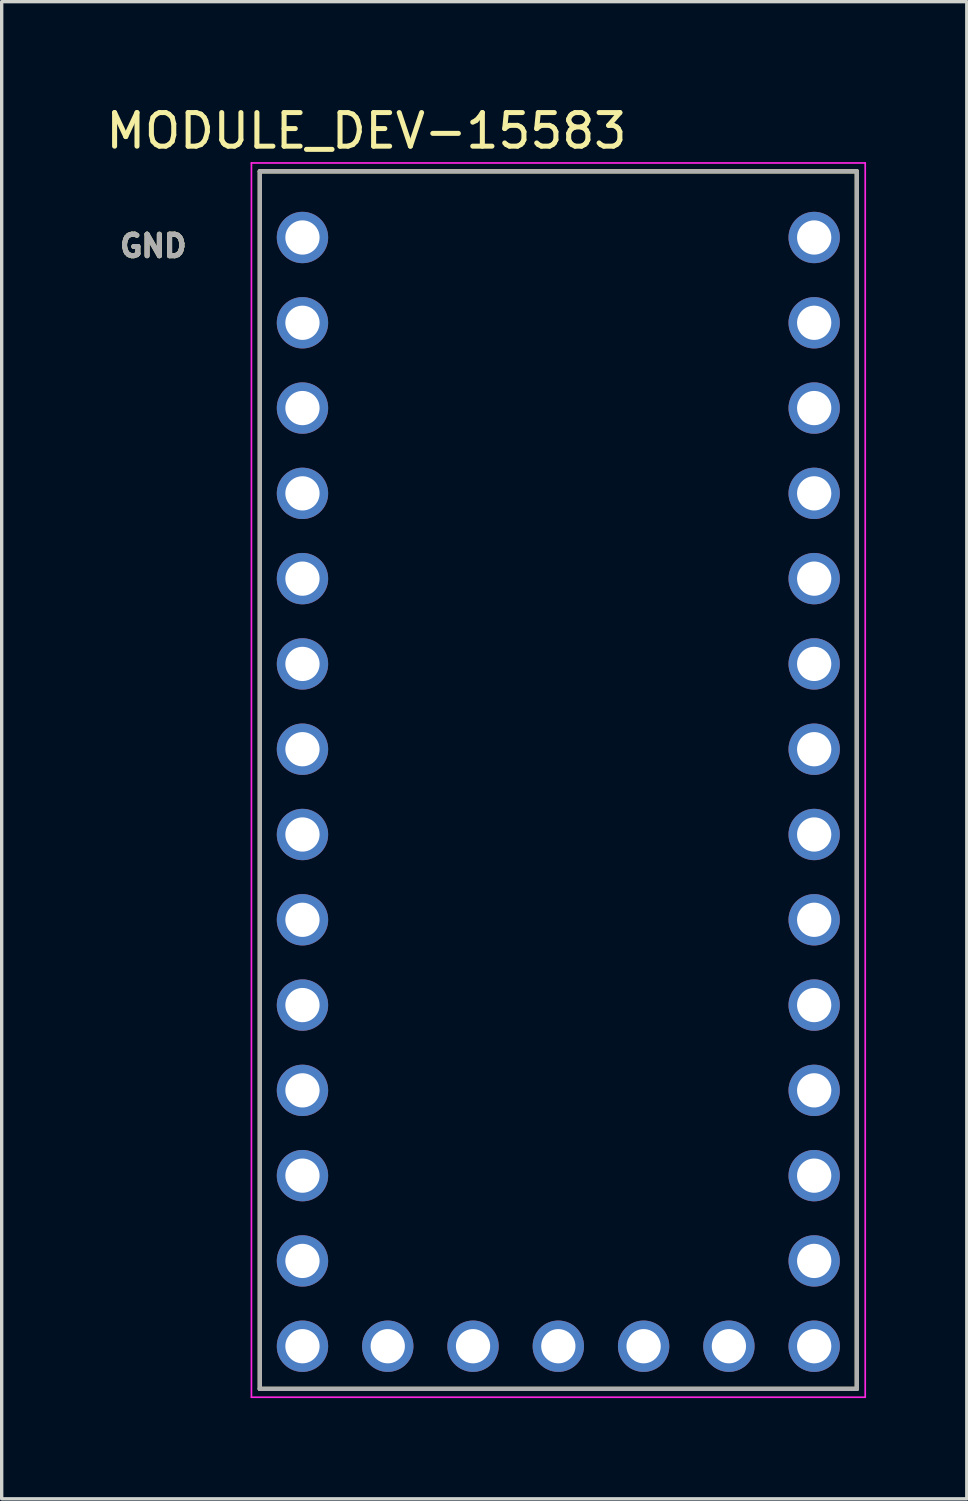
<source format=kicad_pcb>
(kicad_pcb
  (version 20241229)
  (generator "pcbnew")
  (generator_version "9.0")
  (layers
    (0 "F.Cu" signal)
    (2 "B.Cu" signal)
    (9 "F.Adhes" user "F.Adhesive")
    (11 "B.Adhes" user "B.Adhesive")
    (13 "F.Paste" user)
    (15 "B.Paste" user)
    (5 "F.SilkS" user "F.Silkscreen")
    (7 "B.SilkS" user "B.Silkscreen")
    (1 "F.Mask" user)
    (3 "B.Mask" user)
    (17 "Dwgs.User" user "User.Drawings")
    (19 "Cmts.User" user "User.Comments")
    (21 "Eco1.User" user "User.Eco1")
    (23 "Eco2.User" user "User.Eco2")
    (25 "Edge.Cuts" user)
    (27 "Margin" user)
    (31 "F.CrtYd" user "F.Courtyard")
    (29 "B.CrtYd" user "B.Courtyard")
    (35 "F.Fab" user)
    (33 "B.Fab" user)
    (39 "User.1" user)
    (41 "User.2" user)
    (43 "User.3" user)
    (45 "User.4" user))
  (footprint "MODULE_DEV-15583"
    (layer "F.Cu")
    (at 13.578 20.533)
    (property "Reference" "MODULE_DEV-15583" (at -5.715 -19.685 0) (layer "F.SilkS") (effects (font (size 1 1) (thickness 0.15))))
    (attr through_hole)
    (fp_line (start -8.89 -18.48) (end 8.89 -18.48) (stroke (width 0.127) (type solid)) (layer "F.SilkS"))
    (fp_line (start -8.89 17.78) (end -8.89 -18.48) (stroke (width 0.127) (type solid)) (layer "F.SilkS"))
    (fp_line (start 8.89 -18.48) (end 8.89 17.78) (stroke (width 0.127) (type solid)) (layer "F.SilkS"))
    (fp_line (start 8.89 17.78) (end -8.89 17.78) (stroke (width 0.127) (type solid)) (layer "F.SilkS"))
    (fp_line (start -9.14 -18.73) (end 9.14 -18.73) (stroke (width 0.05) (type solid)) (layer "F.CrtYd"))
    (fp_line (start -9.14 18.03) (end -9.14 -18.73) (stroke (width 0.05) (type solid)) (layer "F.CrtYd"))
    (fp_line (start 9.14 -18.73) (end 9.14 18.03) (stroke (width 0.05) (type solid)) (layer "F.CrtYd"))
    (fp_line (start 9.14 18.03) (end -9.14 18.03) (stroke (width 0.05) (type solid)) (layer "F.CrtYd"))
    (fp_line (start -8.89 -18.48) (end 8.89 -18.48) (stroke (width 0.127) (type solid)) (layer "F.Fab"))
    (fp_line (start -8.89 17.78) (end -8.89 -18.48) (stroke (width 0.127) (type solid)) (layer "F.Fab"))
    (fp_line (start 8.89 -18.48) (end 8.89 17.78) (stroke (width 0.127) (type solid)) (layer "F.Fab"))
    (fp_line (start 8.89 17.78) (end -8.89 17.78) (stroke (width 0.127) (type solid)) (layer "F.Fab"))
    (fp_text user "GND" (at -12.065 -16.256 0) (layer "F.SilkS") (effects (font (size 0.64 0.64) (thickness 0.15))))
    (fp_text user "GND" (at -12.065 -16.256 0) (layer "F.Fab") (effects (font (size 0.64 0.64) (thickness 0.15))))
    (pad "0" thru_hole circle (at -7.62 -13.97) (size 1.53 1.53) (drill 1.02) (layers "*.Cu" "*.Mask"))
    (pad "1" thru_hole circle (at -7.62 -11.43) (size 1.53 1.53) (drill 1.02) (layers "*.Cu" "*.Mask"))
    (pad "2" thru_hole circle (at -7.62 -8.89) (size 1.53 1.53) (drill 1.02) (layers "*.Cu" "*.Mask"))
    (pad "3" thru_hole circle (at -7.62 -6.35) (size 1.53 1.53) (drill 1.02) (layers "*.Cu" "*.Mask"))
    (pad "3.3V_1" thru_hole circle (at -2.54 16.51) (size 1.53 1.53) (drill 1.02) (layers "*.Cu" "*.Mask"))
    (pad "3.3V_2" thru_hole circle (at 7.62 -11.43) (size 1.53 1.53) (drill 1.02) (layers "*.Cu" "*.Mask"))
    (pad "4" thru_hole circle (at -7.62 -3.81) (size 1.53 1.53) (drill 1.02) (layers "*.Cu" "*.Mask"))
    (pad "5" thru_hole circle (at -7.62 -1.27) (size 1.53 1.53) (drill 1.02) (layers "*.Cu" "*.Mask"))
    (pad "6" thru_hole circle (at -7.62 1.27) (size 1.53 1.53) (drill 1.02) (layers "*.Cu" "*.Mask"))
    (pad "7" thru_hole circle (at -7.62 3.81) (size 1.53 1.53) (drill 1.02) (layers "*.Cu" "*.Mask"))
    (pad "8" thru_hole circle (at -7.62 6.35) (size 1.53 1.53) (drill 1.02) (layers "*.Cu" "*.Mask"))
    (pad "9" thru_hole circle (at -7.62 8.89) (size 1.53 1.53) (drill 1.02) (layers "*.Cu" "*.Mask"))
    (pad "10" thru_hole circle (at -7.62 11.43) (size 1.53 1.53) (drill 1.02) (layers "*.Cu" "*.Mask"))
    (pad "11" thru_hole circle (at -7.62 13.97) (size 1.53 1.53) (drill 1.02) (layers "*.Cu" "*.Mask"))
    (pad "12" thru_hole circle (at -7.62 16.51) (size 1.53 1.53) (drill 1.02) (layers "*.Cu" "*.Mask"))
    (pad "13" thru_hole circle (at 7.62 16.51) (size 1.53 1.53) (drill 1.02) (layers "*.Cu" "*.Mask"))
    (pad "14" thru_hole circle (at 7.62 13.97) (size 1.53 1.53) (drill 1.02) (layers "*.Cu" "*.Mask"))
    (pad "15" thru_hole circle (at 7.62 11.43) (size 1.53 1.53) (drill 1.02) (layers "*.Cu" "*.Mask"))
    (pad "16" thru_hole circle (at 7.62 8.89) (size 1.53 1.53) (drill 1.02) (layers "*.Cu" "*.Mask"))
    (pad "17" thru_hole circle (at 7.62 6.35) (size 1.53 1.53) (drill 1.02) (layers "*.Cu" "*.Mask"))
    (pad "18" thru_hole circle (at 7.62 3.81) (size 1.53 1.53) (drill 1.02) (layers "*.Cu" "*.Mask"))
    (pad "19" thru_hole circle (at 7.62 1.27) (size 1.53 1.53) (drill 1.02) (layers "*.Cu" "*.Mask"))
    (pad "20" thru_hole circle (at 7.62 -1.27) (size 1.53 1.53) (drill 1.02) (layers "*.Cu" "*.Mask"))
    (pad "21" thru_hole circle (at 7.62 -3.81) (size 1.53 1.53) (drill 1.02) (layers "*.Cu" "*.Mask"))
    (pad "22" thru_hole circle (at 7.62 -6.35) (size 1.53 1.53) (drill 1.02) (layers "*.Cu" "*.Mask"))
    (pad "23" thru_hole circle (at 7.62 -8.89) (size 1.53 1.53) (drill 1.02) (layers "*.Cu" "*.Mask"))
    (pad "G1" thru_hole circle (at -7.62 -16.51) (size 1.53 1.53) (drill 1.02) (layers "*.Cu" "*.Mask"))
    (pad "G2" thru_hole circle (at 0 16.51) (size 1.53 1.53) (drill 1.02) (layers "*.Cu" "*.Mask"))
    (pad "G3" thru_hole circle (at 7.62 -13.97) (size 1.53 1.53) (drill 1.02) (layers "*.Cu" "*.Mask"))
    (pad "ON-OFF" thru_hole circle (at 5.08 16.51) (size 1.53 1.53) (drill 1.02) (layers "*.Cu" "*.Mask"))
    (pad "PGM" thru_hole circle (at 2.54 16.51) (size 1.53 1.53) (drill 1.02) (layers "*.Cu" "*.Mask"))
    (pad "VBAT" thru_hole circle (at -5.08 16.51) (size 1.53 1.53) (drill 1.02) (layers "*.Cu" "*.Mask"))
    (pad "VIN" thru_hole circle (at 7.62 -16.51) (size 1.53 1.53) (drill 1.02) (layers "*.Cu" "*.Mask")))
  (gr_rect
    (start -3 -3)
    (end 25.743 41.588)
    (stroke (width 0.1) (type default))
    (fill no)
    (layer "Edge.Cuts")))
</source>
